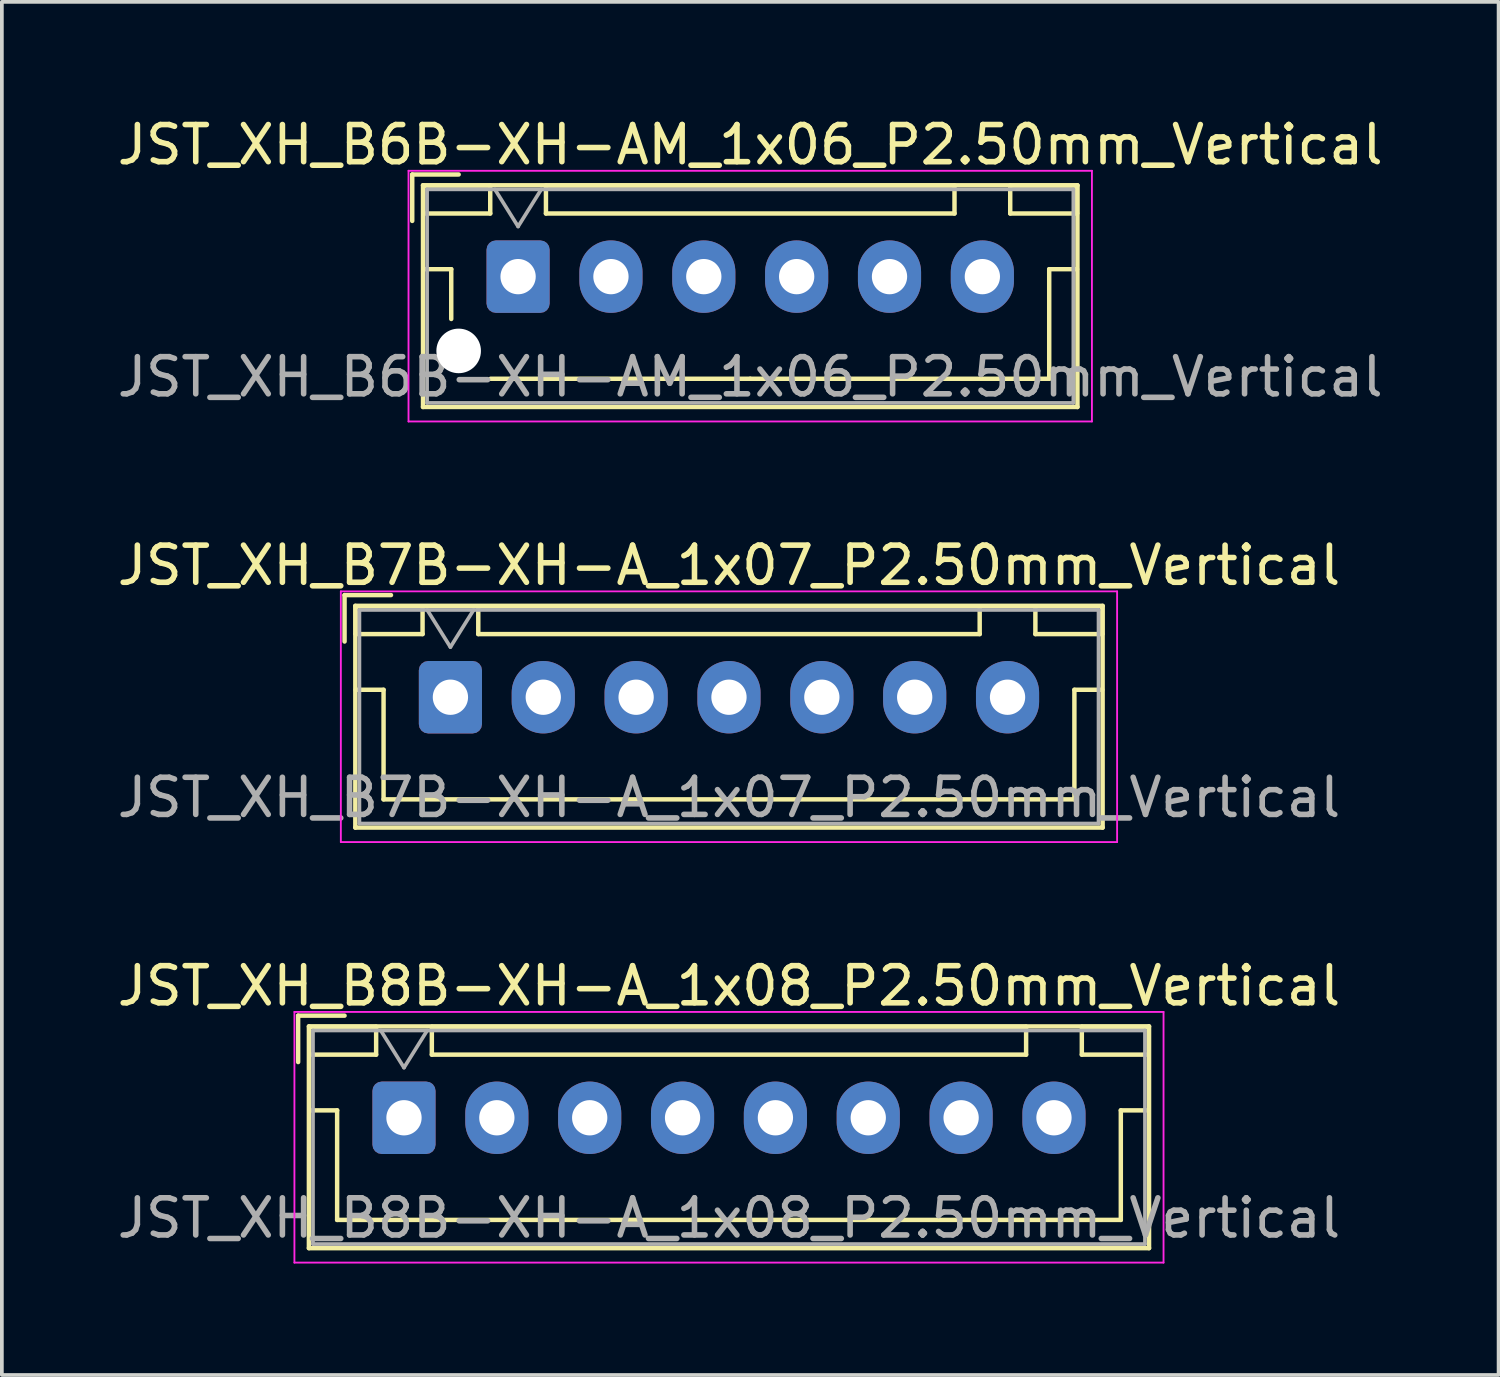
<source format=kicad_pcb>
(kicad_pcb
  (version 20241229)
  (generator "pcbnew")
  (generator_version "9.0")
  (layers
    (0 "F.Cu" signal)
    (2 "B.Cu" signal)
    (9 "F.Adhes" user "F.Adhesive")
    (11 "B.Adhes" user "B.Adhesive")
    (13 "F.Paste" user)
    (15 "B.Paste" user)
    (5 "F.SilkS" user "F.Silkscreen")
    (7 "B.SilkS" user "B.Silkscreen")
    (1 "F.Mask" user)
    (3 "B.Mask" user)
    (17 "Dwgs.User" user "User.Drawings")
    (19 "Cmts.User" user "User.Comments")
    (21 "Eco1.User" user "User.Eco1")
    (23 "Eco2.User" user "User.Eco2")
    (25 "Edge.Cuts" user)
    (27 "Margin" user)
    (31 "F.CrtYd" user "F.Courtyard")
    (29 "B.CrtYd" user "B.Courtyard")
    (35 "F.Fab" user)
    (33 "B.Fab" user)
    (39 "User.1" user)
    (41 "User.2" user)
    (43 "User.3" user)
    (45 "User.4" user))
  (footprint "JST_XH_B8B-XH-A_1x08_P2.50mm_Vertical"
    (layer "F.Cu")
    (at 7.827 27.045)
    (property "Reference" "JST_XH_B8B-XH-A_1x08_P2.50mm_Vertical" (at 8.75 -3.55 0) (layer "F.SilkS") (effects (font (size 1 1) (thickness 0.15))))
    (attr through_hole)
    (fp_line (start -2.85 -2.75) (end -2.85 -1.5) (stroke (width 0.12) (type solid)) (layer "F.SilkS"))
    (fp_line (start -2.56 -2.46) (end -2.56 3.51) (stroke (width 0.12) (type solid)) (layer "F.SilkS"))
    (fp_line (start -2.56 3.51) (end 20.06 3.51) (stroke (width 0.12) (type solid)) (layer "F.SilkS"))
    (fp_line (start -2.55 -2.45) (end -2.55 -1.7) (stroke (width 0.12) (type solid)) (layer "F.SilkS"))
    (fp_line (start -2.55 -1.7) (end -0.75 -1.7) (stroke (width 0.12) (type solid)) (layer "F.SilkS"))
    (fp_line (start -2.55 -0.2) (end -1.8 -0.2) (stroke (width 0.12) (type solid)) (layer "F.SilkS"))
    (fp_line (start -1.8 -0.2) (end -1.8 2.75) (stroke (width 0.12) (type solid)) (layer "F.SilkS"))
    (fp_line (start -1.8 2.75) (end 8.75 2.75) (stroke (width 0.12) (type solid)) (layer "F.SilkS"))
    (fp_line (start -1.6 -2.75) (end -2.85 -2.75) (stroke (width 0.12) (type solid)) (layer "F.SilkS"))
    (fp_line (start -0.75 -2.45) (end -2.55 -2.45) (stroke (width 0.12) (type solid)) (layer "F.SilkS"))
    (fp_line (start -0.75 -1.7) (end -0.75 -2.45) (stroke (width 0.12) (type solid)) (layer "F.SilkS"))
    (fp_line (start 0.75 -2.45) (end 0.75 -1.7) (stroke (width 0.12) (type solid)) (layer "F.SilkS"))
    (fp_line (start 0.75 -1.7) (end 16.75 -1.7) (stroke (width 0.12) (type solid)) (layer "F.SilkS"))
    (fp_line (start 16.75 -2.45) (end 0.75 -2.45) (stroke (width 0.12) (type solid)) (layer "F.SilkS"))
    (fp_line (start 16.75 -1.7) (end 16.75 -2.45) (stroke (width 0.12) (type solid)) (layer "F.SilkS"))
    (fp_line (start 18.25 -2.45) (end 18.25 -1.7) (stroke (width 0.12) (type solid)) (layer "F.SilkS"))
    (fp_line (start 18.25 -1.7) (end 20.05 -1.7) (stroke (width 0.12) (type solid)) (layer "F.SilkS"))
    (fp_line (start 19.3 -0.2) (end 19.3 2.75) (stroke (width 0.12) (type solid)) (layer "F.SilkS"))
    (fp_line (start 19.3 2.75) (end 8.75 2.75) (stroke (width 0.12) (type solid)) (layer "F.SilkS"))
    (fp_line (start 20.05 -2.45) (end 18.25 -2.45) (stroke (width 0.12) (type solid)) (layer "F.SilkS"))
    (fp_line (start 20.05 -1.7) (end 20.05 -2.45) (stroke (width 0.12) (type solid)) (layer "F.SilkS"))
    (fp_line (start 20.05 -0.2) (end 19.3 -0.2) (stroke (width 0.12) (type solid)) (layer "F.SilkS"))
    (fp_line (start 20.06 -2.46) (end -2.56 -2.46) (stroke (width 0.12) (type solid)) (layer "F.SilkS"))
    (fp_line (start 20.06 3.51) (end 20.06 -2.46) (stroke (width 0.12) (type solid)) (layer "F.SilkS"))
    (fp_line (start -2.95 -2.85) (end -2.95 3.9) (stroke (width 0.05) (type solid)) (layer "F.CrtYd"))
    (fp_line (start -2.95 3.9) (end 20.45 3.9) (stroke (width 0.05) (type solid)) (layer "F.CrtYd"))
    (fp_line (start 20.45 -2.85) (end -2.95 -2.85) (stroke (width 0.05) (type solid)) (layer "F.CrtYd"))
    (fp_line (start 20.45 3.9) (end 20.45 -2.85) (stroke (width 0.05) (type solid)) (layer "F.CrtYd"))
    (fp_line (start -2.45 -2.35) (end -2.45 3.4) (stroke (width 0.1) (type solid)) (layer "F.Fab"))
    (fp_line (start -2.45 3.4) (end 19.95 3.4) (stroke (width 0.1) (type solid)) (layer "F.Fab"))
    (fp_line (start -0.625 -2.35) (end 0 -1.35) (stroke (width 0.1) (type solid)) (layer "F.Fab"))
    (fp_line (start 0 -1.35) (end 0.625 -2.35) (stroke (width 0.1) (type solid)) (layer "F.Fab"))
    (fp_line (start 19.95 -2.35) (end -2.45 -2.35) (stroke (width 0.1) (type solid)) (layer "F.Fab"))
    (fp_line (start 19.95 3.4) (end 19.95 -2.35) (stroke (width 0.1) (type solid)) (layer "F.Fab"))
    (fp_text user "${REFERENCE}" (at 8.75 2.7 0) (layer "F.Fab") (effects (font (size 1 1) (thickness 0.15))))
    (pad "1" thru_hole roundrect (at 0 0) (size 1.7 1.95) (drill 0.95) (layers "*.Cu" "*.Mask") (roundrect_rratio 0.147))
    (pad "2" thru_hole oval (at 2.5 0) (size 1.7 1.95) (drill 0.95) (layers "*.Cu" "*.Mask"))
    (pad "3" thru_hole oval (at 5 0) (size 1.7 1.95) (drill 0.95) (layers "*.Cu" "*.Mask"))
    (pad "4" thru_hole oval (at 7.5 0) (size 1.7 1.95) (drill 0.95) (layers "*.Cu" "*.Mask"))
    (pad "5" thru_hole oval (at 10 0) (size 1.7 1.95) (drill 0.95) (layers "*.Cu" "*.Mask"))
    (pad "6" thru_hole oval (at 12.5 0) (size 1.7 1.95) (drill 0.95) (layers "*.Cu" "*.Mask"))
    (pad "7" thru_hole oval (at 15 0) (size 1.7 1.95) (drill 0.95) (layers "*.Cu" "*.Mask"))
    (pad "8" thru_hole oval (at 17.5 0) (size 1.7 1.95) (drill 0.95) (layers "*.Cu" "*.Mask")))
  (footprint "JST_XH_B7B-XH-A_1x07_P2.50mm_Vertical"
    (layer "F.Cu")
    (at 9.077 15.722)
    (property "Reference" "JST_XH_B7B-XH-A_1x07_P2.50mm_Vertical" (at 7.5 -3.55 0) (layer "F.SilkS") (effects (font (size 1 1) (thickness 0.15))))
    (attr through_hole)
    (fp_line (start -2.85 -2.75) (end -2.85 -1.5) (stroke (width 0.12) (type solid)) (layer "F.SilkS"))
    (fp_line (start -2.56 -2.46) (end -2.56 3.51) (stroke (width 0.12) (type solid)) (layer "F.SilkS"))
    (fp_line (start -2.56 3.51) (end 17.56 3.51) (stroke (width 0.12) (type solid)) (layer "F.SilkS"))
    (fp_line (start -2.55 -2.45) (end -2.55 -1.7) (stroke (width 0.12) (type solid)) (layer "F.SilkS"))
    (fp_line (start -2.55 -1.7) (end -0.75 -1.7) (stroke (width 0.12) (type solid)) (layer "F.SilkS"))
    (fp_line (start -2.55 -0.2) (end -1.8 -0.2) (stroke (width 0.12) (type solid)) (layer "F.SilkS"))
    (fp_line (start -1.8 -0.2) (end -1.8 2.75) (stroke (width 0.12) (type solid)) (layer "F.SilkS"))
    (fp_line (start -1.8 2.75) (end 7.5 2.75) (stroke (width 0.12) (type solid)) (layer "F.SilkS"))
    (fp_line (start -1.6 -2.75) (end -2.85 -2.75) (stroke (width 0.12) (type solid)) (layer "F.SilkS"))
    (fp_line (start -0.75 -2.45) (end -2.55 -2.45) (stroke (width 0.12) (type solid)) (layer "F.SilkS"))
    (fp_line (start -0.75 -1.7) (end -0.75 -2.45) (stroke (width 0.12) (type solid)) (layer "F.SilkS"))
    (fp_line (start 0.75 -2.45) (end 0.75 -1.7) (stroke (width 0.12) (type solid)) (layer "F.SilkS"))
    (fp_line (start 0.75 -1.7) (end 14.25 -1.7) (stroke (width 0.12) (type solid)) (layer "F.SilkS"))
    (fp_line (start 14.25 -2.45) (end 0.75 -2.45) (stroke (width 0.12) (type solid)) (layer "F.SilkS"))
    (fp_line (start 14.25 -1.7) (end 14.25 -2.45) (stroke (width 0.12) (type solid)) (layer "F.SilkS"))
    (fp_line (start 15.75 -2.45) (end 15.75 -1.7) (stroke (width 0.12) (type solid)) (layer "F.SilkS"))
    (fp_line (start 15.75 -1.7) (end 17.55 -1.7) (stroke (width 0.12) (type solid)) (layer "F.SilkS"))
    (fp_line (start 16.8 -0.2) (end 16.8 2.75) (stroke (width 0.12) (type solid)) (layer "F.SilkS"))
    (fp_line (start 16.8 2.75) (end 7.5 2.75) (stroke (width 0.12) (type solid)) (layer "F.SilkS"))
    (fp_line (start 17.55 -2.45) (end 15.75 -2.45) (stroke (width 0.12) (type solid)) (layer "F.SilkS"))
    (fp_line (start 17.55 -1.7) (end 17.55 -2.45) (stroke (width 0.12) (type solid)) (layer "F.SilkS"))
    (fp_line (start 17.55 -0.2) (end 16.8 -0.2) (stroke (width 0.12) (type solid)) (layer "F.SilkS"))
    (fp_line (start 17.56 -2.46) (end -2.56 -2.46) (stroke (width 0.12) (type solid)) (layer "F.SilkS"))
    (fp_line (start 17.56 3.51) (end 17.56 -2.46) (stroke (width 0.12) (type solid)) (layer "F.SilkS"))
    (fp_line (start -2.95 -2.85) (end -2.95 3.9) (stroke (width 0.05) (type solid)) (layer "F.CrtYd"))
    (fp_line (start -2.95 3.9) (end 17.95 3.9) (stroke (width 0.05) (type solid)) (layer "F.CrtYd"))
    (fp_line (start 17.95 -2.85) (end -2.95 -2.85) (stroke (width 0.05) (type solid)) (layer "F.CrtYd"))
    (fp_line (start 17.95 3.9) (end 17.95 -2.85) (stroke (width 0.05) (type solid)) (layer "F.CrtYd"))
    (fp_line (start -2.45 -2.35) (end -2.45 3.4) (stroke (width 0.1) (type solid)) (layer "F.Fab"))
    (fp_line (start -2.45 3.4) (end 17.45 3.4) (stroke (width 0.1) (type solid)) (layer "F.Fab"))
    (fp_line (start -0.625 -2.35) (end 0 -1.35) (stroke (width 0.1) (type solid)) (layer "F.Fab"))
    (fp_line (start 0 -1.35) (end 0.625 -2.35) (stroke (width 0.1) (type solid)) (layer "F.Fab"))
    (fp_line (start 17.45 -2.35) (end -2.45 -2.35) (stroke (width 0.1) (type solid)) (layer "F.Fab"))
    (fp_line (start 17.45 3.4) (end 17.45 -2.35) (stroke (width 0.1) (type solid)) (layer "F.Fab"))
    (fp_text user "${REFERENCE}" (at 7.5 2.7 0) (layer "F.Fab") (effects (font (size 1 1) (thickness 0.15))))
    (pad "1" thru_hole roundrect (at 0 0) (size 1.7 1.95) (drill 0.95) (layers "*.Cu" "*.Mask") (roundrect_rratio 0.147))
    (pad "2" thru_hole oval (at 2.5 0) (size 1.7 1.95) (drill 0.95) (layers "*.Cu" "*.Mask"))
    (pad "3" thru_hole oval (at 5 0) (size 1.7 1.95) (drill 0.95) (layers "*.Cu" "*.Mask"))
    (pad "4" thru_hole oval (at 7.5 0) (size 1.7 1.95) (drill 0.95) (layers "*.Cu" "*.Mask"))
    (pad "5" thru_hole oval (at 10 0) (size 1.7 1.95) (drill 0.95) (layers "*.Cu" "*.Mask"))
    (pad "6" thru_hole oval (at 12.5 0) (size 1.7 1.95) (drill 0.95) (layers "*.Cu" "*.Mask"))
    (pad "7" thru_hole oval (at 15 0) (size 1.7 1.95) (drill 0.95) (layers "*.Cu" "*.Mask")))
  (footprint "JST_XH_B6B-XH-AM_1x06_P2.50mm_Vertical"
    (layer "F.Cu")
    (at 10.899 4.398)
    (property "Reference" "JST_XH_B6B-XH-AM_1x06_P2.50mm_Vertical" (at 6.25 -3.55 0) (layer "F.SilkS") (effects (font (size 1 1) (thickness 0.15))))
    (attr through_hole)
    (fp_line (start -2.85 -2.75) (end -2.85 -1.5) (stroke (width 0.12) (type solid)) (layer "F.SilkS"))
    (fp_line (start -2.56 -2.46) (end -2.56 3.51) (stroke (width 0.12) (type solid)) (layer "F.SilkS"))
    (fp_line (start -2.56 3.51) (end 15.06 3.51) (stroke (width 0.12) (type solid)) (layer "F.SilkS"))
    (fp_line (start -2.55 -2.45) (end -2.55 -1.7) (stroke (width 0.12) (type solid)) (layer "F.SilkS"))
    (fp_line (start -2.55 -1.7) (end -0.75 -1.7) (stroke (width 0.12) (type solid)) (layer "F.SilkS"))
    (fp_line (start -2.55 -0.2) (end -1.8 -0.2) (stroke (width 0.12) (type solid)) (layer "F.SilkS"))
    (fp_line (start -1.8 -0.2) (end -1.8 1.14) (stroke (width 0.12) (type solid)) (layer "F.SilkS"))
    (fp_line (start -1.6 -2.75) (end -2.85 -2.75) (stroke (width 0.12) (type solid)) (layer "F.SilkS"))
    (fp_line (start -0.75 -2.45) (end -2.55 -2.45) (stroke (width 0.12) (type solid)) (layer "F.SilkS"))
    (fp_line (start -0.75 -1.7) (end -0.75 -2.45) (stroke (width 0.12) (type solid)) (layer "F.SilkS"))
    (fp_line (start 0.75 -2.45) (end 0.75 -1.7) (stroke (width 0.12) (type solid)) (layer "F.SilkS"))
    (fp_line (start 0.75 -1.7) (end 11.75 -1.7) (stroke (width 0.12) (type solid)) (layer "F.SilkS"))
    (fp_line (start 6.25 2.75) (end -0.74 2.75) (stroke (width 0.12) (type solid)) (layer "F.SilkS"))
    (fp_line (start 11.75 -2.45) (end 0.75 -2.45) (stroke (width 0.12) (type solid)) (layer "F.SilkS"))
    (fp_line (start 11.75 -1.7) (end 11.75 -2.45) (stroke (width 0.12) (type solid)) (layer "F.SilkS"))
    (fp_line (start 13.25 -2.45) (end 13.25 -1.7) (stroke (width 0.12) (type solid)) (layer "F.SilkS"))
    (fp_line (start 13.25 -1.7) (end 15.05 -1.7) (stroke (width 0.12) (type solid)) (layer "F.SilkS"))
    (fp_line (start 14.3 -0.2) (end 14.3 2.75) (stroke (width 0.12) (type solid)) (layer "F.SilkS"))
    (fp_line (start 14.3 2.75) (end 6.25 2.75) (stroke (width 0.12) (type solid)) (layer "F.SilkS"))
    (fp_line (start 15.05 -2.45) (end 13.25 -2.45) (stroke (width 0.12) (type solid)) (layer "F.SilkS"))
    (fp_line (start 15.05 -1.7) (end 15.05 -2.45) (stroke (width 0.12) (type solid)) (layer "F.SilkS"))
    (fp_line (start 15.05 -0.2) (end 14.3 -0.2) (stroke (width 0.12) (type solid)) (layer "F.SilkS"))
    (fp_line (start 15.06 -2.46) (end -2.56 -2.46) (stroke (width 0.12) (type solid)) (layer "F.SilkS"))
    (fp_line (start 15.06 3.51) (end 15.06 -2.46) (stroke (width 0.12) (type solid)) (layer "F.SilkS"))
    (fp_line (start -2.95 -2.85) (end -2.95 3.9) (stroke (width 0.05) (type solid)) (layer "F.CrtYd"))
    (fp_line (start -2.95 3.9) (end 15.45 3.9) (stroke (width 0.05) (type solid)) (layer "F.CrtYd"))
    (fp_line (start 15.45 -2.85) (end -2.95 -2.85) (stroke (width 0.05) (type solid)) (layer "F.CrtYd"))
    (fp_line (start 15.45 3.9) (end 15.45 -2.85) (stroke (width 0.05) (type solid)) (layer "F.CrtYd"))
    (fp_line (start -2.45 -2.35) (end -2.45 3.4) (stroke (width 0.1) (type solid)) (layer "F.Fab"))
    (fp_line (start -2.45 3.4) (end 14.95 3.4) (stroke (width 0.1) (type solid)) (layer "F.Fab"))
    (fp_line (start -0.625 -2.35) (end 0 -1.35) (stroke (width 0.1) (type solid)) (layer "F.Fab"))
    (fp_line (start 0 -1.35) (end 0.625 -2.35) (stroke (width 0.1) (type solid)) (layer "F.Fab"))
    (fp_line (start 14.95 -2.35) (end -2.45 -2.35) (stroke (width 0.1) (type solid)) (layer "F.Fab"))
    (fp_line (start 14.95 3.4) (end 14.95 -2.35) (stroke (width 0.1) (type solid)) (layer "F.Fab"))
    (fp_text user "${REFERENCE}" (at 6.25 2.7 0) (layer "F.Fab") (effects (font (size 1 1) (thickness 0.15))))
    (pad "" np_thru_hole circle (at -1.6 2) (size 1.2 1.2) (drill 1.2) (layers "*.Cu" "*.Mask"))
    (pad "1" thru_hole roundrect (at 0 0) (size 1.7 1.95) (drill 0.95) (layers "*.Cu" "*.Mask") (roundrect_rratio 0.147))
    (pad "2" thru_hole oval (at 2.5 0) (size 1.7 1.95) (drill 0.95) (layers "*.Cu" "*.Mask"))
    (pad "3" thru_hole oval (at 5 0) (size 1.7 1.95) (drill 0.95) (layers "*.Cu" "*.Mask"))
    (pad "4" thru_hole oval (at 7.5 0) (size 1.7 1.95) (drill 0.95) (layers "*.Cu" "*.Mask"))
    (pad "5" thru_hole oval (at 10 0) (size 1.7 1.95) (drill 0.95) (layers "*.Cu" "*.Mask"))
    (pad "6" thru_hole oval (at 12.5 0) (size 1.7 1.95) (drill 0.95) (layers "*.Cu" "*.Mask")))
  (gr_rect
    (start -3 -3)
    (end 37.298 33.97)
    (stroke (width 0.1) (type default))
    (fill no)
    (layer "Edge.Cuts")))
</source>
